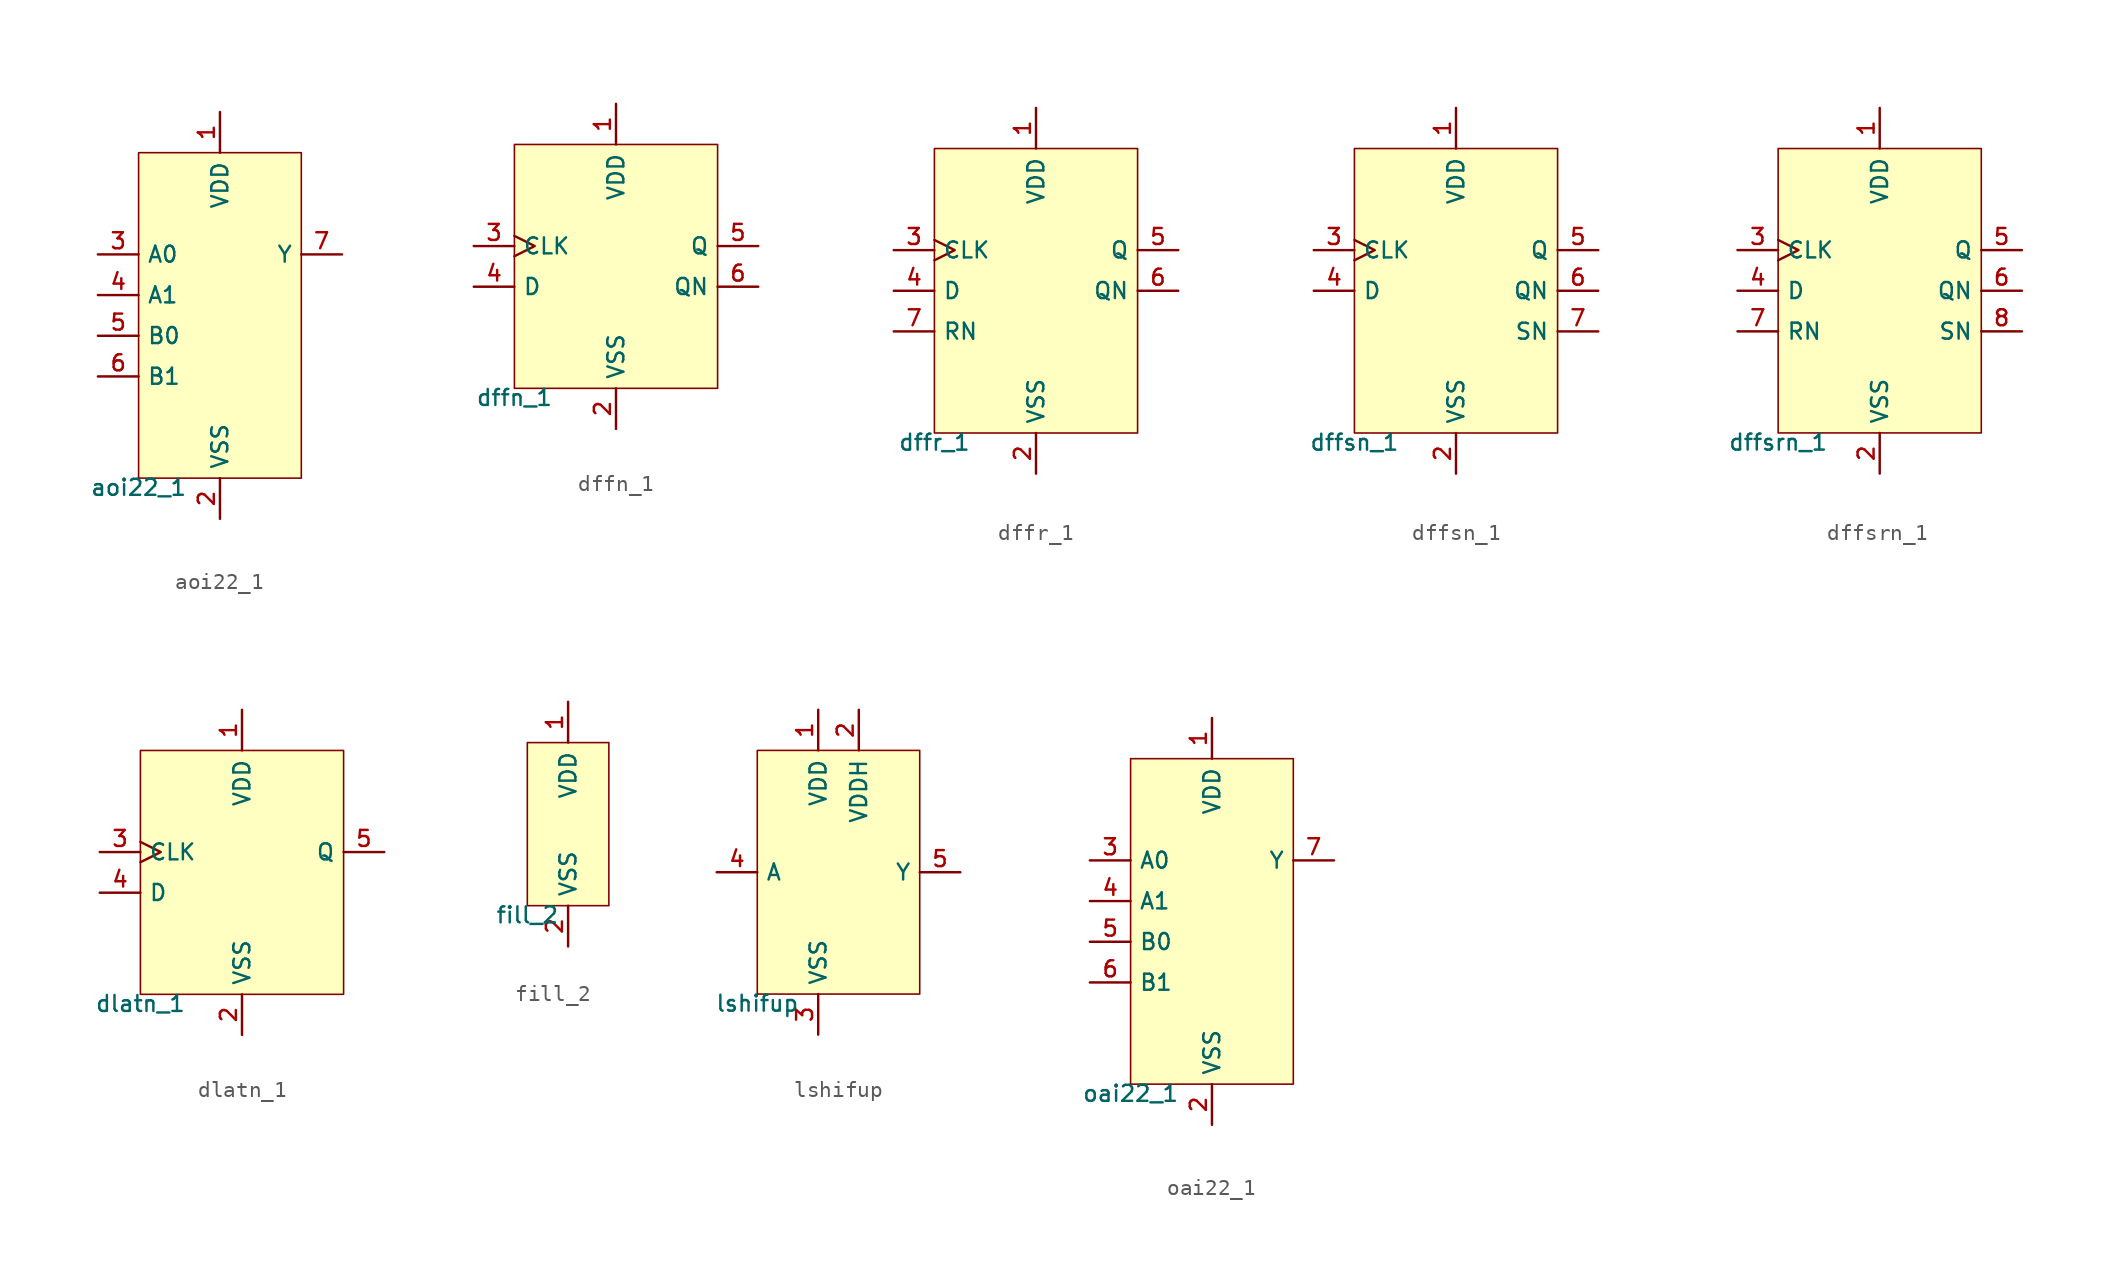
<source format=kicad_sym>
(kicad_symbol_lib
  (version 20211014)
  (generator pdk2kicad)
  (symbol "aoi22_1"
    (property "Reference" "X"
      (at 0 0 0)
      (effects (font (size 1 1)) hide))
    (property "Value" "aoi22_1"
      (at -5.08 -10.16 0)
      (effects (font (size 1 1)) (justify top)))
    (rectangle
      (start -5.08 -10.16)
      (end 5.08 10.16)
      (stroke (width 0.1) (type solid) (color 0 0 0 0))
      (fill (type background)))
    (pin power_in line
      (at 0.0 12.7 270)
      (length 2.54)
      (name "VDD" (effects (font (size 1 1)) hide))
      (number "1" (effects (font (size 1 1)) hide)))
    (pin power_in line
      (at 0.0 -12.7 90)
      (length 2.54)
      (name "VSS" (effects (font (size 1 1)) hide))
      (number "2" (effects (font (size 1 1)) hide)))
    (pin input line
      (at -7.62 3.81 0)
      (length 2.54)
      (name "A0" (effects (font (size 1 1)) hide))
      (number "3" (effects (font (size 1 1)) hide)))
    (pin input line
      (at -7.62 1.27 0)
      (length 2.54)
      (name "A1" (effects (font (size 1 1)) hide))
      (number "4" (effects (font (size 1 1)) hide)))
    (pin input line
      (at -7.62 -1.27 0)
      (length 2.54)
      (name "B0" (effects (font (size 1 1)) hide))
      (number "5" (effects (font (size 1 1)) hide)))
    (pin input line
      (at -7.62 -3.81 0)
      (length 2.54)
      (name "B1" (effects (font (size 1 1)) hide))
      (number "6" (effects (font (size 1 1)) hide)))
    (pin output line
      (at 7.62 3.81 180)
      (length 2.54)
      (name "Y" (effects (font (size 1 1)) hide))
      (number "7" (effects (font (size 1 1)) hide))))
  (symbol "dffn_1"
    (property "Reference" "X"
      (at 0 0 0)
      (effects (font (size 1 1)) hide))
    (property "Value" "dffn_1"
      (at -6.35 -7.62 0)
      (effects (font (size 1 1)) (justify top)))
    (rectangle
      (start -6.35 -7.62)
      (end 6.35 7.62)
      (stroke (width 0.1) (type solid) (color 0 0 0 0))
      (fill (type background)))
    (pin power_in line
      (at 4.440892098500626e-16 10.16 270)
      (length 2.54)
      (name "VDD" (effects (font (size 1 1)) hide))
      (number "1" (effects (font (size 1 1)) hide)))
    (pin power_in line
      (at 4.440892098500626e-16 -10.16 90)
      (length 2.54)
      (name "VSS" (effects (font (size 1 1)) hide))
      (number "2" (effects (font (size 1 1)) hide)))
    (pin input clock
      (at -8.89 1.27 0)
      (length 2.54)
      (name "CLK" (effects (font (size 1 1)) hide))
      (number "3" (effects (font (size 1 1)) hide)))
    (pin input line
      (at -8.89 -1.27 0)
      (length 2.54)
      (name "D" (effects (font (size 1 1)) hide))
      (number "4" (effects (font (size 1 1)) hide)))
    (pin output line
      (at 8.89 1.27 180)
      (length 2.54)
      (name "Q" (effects (font (size 1 1)) hide))
      (number "5" (effects (font (size 1 1)) hide)))
    (pin output line
      (at 8.89 -1.27 180)
      (length 2.54)
      (name "QN" (effects (font (size 1 1)) hide))
      (number "6" (effects (font (size 1 1)) hide))))
  (symbol "dffr_1"
    (property "Reference" "X"
      (at 0 0 0)
      (effects (font (size 1 1)) hide))
    (property "Value" "dffr_1"
      (at -6.35 -8.89 0)
      (effects (font (size 1 1)) (justify top)))
    (rectangle
      (start -6.35 -8.89)
      (end 6.35 8.89)
      (stroke (width 0.1) (type solid) (color 0 0 0 0))
      (fill (type background)))
    (pin power_in line
      (at 4.440892098500626e-16 11.43 270)
      (length 2.54)
      (name "VDD" (effects (font (size 1 1)) hide))
      (number "1" (effects (font (size 1 1)) hide)))
    (pin power_in line
      (at 4.440892098500626e-16 -11.43 90)
      (length 2.54)
      (name "VSS" (effects (font (size 1 1)) hide))
      (number "2" (effects (font (size 1 1)) hide)))
    (pin input clock
      (at -8.89 2.54 0)
      (length 2.54)
      (name "CLK" (effects (font (size 1 1)) hide))
      (number "3" (effects (font (size 1 1)) hide)))
    (pin input line
      (at -8.89 4.440892098500626e-16 0)
      (length 2.54)
      (name "D" (effects (font (size 1 1)) hide))
      (number "4" (effects (font (size 1 1)) hide)))
    (pin output line
      (at 8.89 2.54 180)
      (length 2.54)
      (name "Q" (effects (font (size 1 1)) hide))
      (number "5" (effects (font (size 1 1)) hide)))
    (pin output line
      (at 8.89 4.440892098500626e-16 180)
      (length 2.54)
      (name "QN" (effects (font (size 1 1)) hide))
      (number "6" (effects (font (size 1 1)) hide)))
    (pin input line
      (at -8.89 -2.54 0)
      (length 2.54)
      (name "RN" (effects (font (size 1 1)) hide))
      (number "7" (effects (font (size 1 1)) hide))))
  (symbol "dffsn_1"
    (property "Reference" "X"
      (at 0 0 0)
      (effects (font (size 1 1)) hide))
    (property "Value" "dffsn_1"
      (at -6.35 -8.89 0)
      (effects (font (size 1 1)) (justify top)))
    (rectangle
      (start -6.35 -8.89)
      (end 6.35 8.89)
      (stroke (width 0.1) (type solid) (color 0 0 0 0))
      (fill (type background)))
    (pin power_in line
      (at 4.440892098500626e-16 11.43 270)
      (length 2.54)
      (name "VDD" (effects (font (size 1 1)) hide))
      (number "1" (effects (font (size 1 1)) hide)))
    (pin power_in line
      (at 4.440892098500626e-16 -11.43 90)
      (length 2.54)
      (name "VSS" (effects (font (size 1 1)) hide))
      (number "2" (effects (font (size 1 1)) hide)))
    (pin input clock
      (at -8.89 2.54 0)
      (length 2.54)
      (name "CLK" (effects (font (size 1 1)) hide))
      (number "3" (effects (font (size 1 1)) hide)))
    (pin input line
      (at -8.89 4.440892098500626e-16 0)
      (length 2.54)
      (name "D" (effects (font (size 1 1)) hide))
      (number "4" (effects (font (size 1 1)) hide)))
    (pin output line
      (at 8.89 2.54 180)
      (length 2.54)
      (name "Q" (effects (font (size 1 1)) hide))
      (number "5" (effects (font (size 1 1)) hide)))
    (pin output line
      (at 8.89 4.440892098500626e-16 180)
      (length 2.54)
      (name "QN" (effects (font (size 1 1)) hide))
      (number "6" (effects (font (size 1 1)) hide)))
    (pin output line
      (at 8.89 -2.54 180)
      (length 2.54)
      (name "SN" (effects (font (size 1 1)) hide))
      (number "7" (effects (font (size 1 1)) hide))))
  (symbol "dffsrn_1"
    (property "Reference" "X"
      (at 0 0 0)
      (effects (font (size 1 1)) hide))
    (property "Value" "dffsrn_1"
      (at -6.35 -8.89 0)
      (effects (font (size 1 1)) (justify top)))
    (rectangle
      (start -6.35 -8.89)
      (end 6.35 8.89)
      (stroke (width 0.1) (type solid) (color 0 0 0 0))
      (fill (type background)))
    (pin power_in line
      (at 4.440892098500626e-16 11.43 270)
      (length 2.54)
      (name "VDD" (effects (font (size 1 1)) hide))
      (number "1" (effects (font (size 1 1)) hide)))
    (pin power_in line
      (at 4.440892098500626e-16 -11.43 90)
      (length 2.54)
      (name "VSS" (effects (font (size 1 1)) hide))
      (number "2" (effects (font (size 1 1)) hide)))
    (pin input clock
      (at -8.89 2.54 0)
      (length 2.54)
      (name "CLK" (effects (font (size 1 1)) hide))
      (number "3" (effects (font (size 1 1)) hide)))
    (pin input line
      (at -8.89 4.440892098500626e-16 0)
      (length 2.54)
      (name "D" (effects (font (size 1 1)) hide))
      (number "4" (effects (font (size 1 1)) hide)))
    (pin output line
      (at 8.89 2.54 180)
      (length 2.54)
      (name "Q" (effects (font (size 1 1)) hide))
      (number "5" (effects (font (size 1 1)) hide)))
    (pin output line
      (at 8.89 4.440892098500626e-16 180)
      (length 2.54)
      (name "QN" (effects (font (size 1 1)) hide))
      (number "6" (effects (font (size 1 1)) hide)))
    (pin input line
      (at -8.89 -2.54 0)
      (length 2.54)
      (name "RN" (effects (font (size 1 1)) hide))
      (number "7" (effects (font (size 1 1)) hide)))
    (pin output line
      (at 8.89 -2.54 180)
      (length 2.54)
      (name "SN" (effects (font (size 1 1)) hide))
      (number "8" (effects (font (size 1 1)) hide))))
  (symbol "dlatn_1"
    (property "Reference" "X"
      (at 0 0 0)
      (effects (font (size 1 1)) hide))
    (property "Value" "dlatn_1"
      (at -6.35 -7.62 0)
      (effects (font (size 1 1)) (justify top)))
    (rectangle
      (start -6.35 -7.62)
      (end 6.35 7.62)
      (stroke (width 0.1) (type solid) (color 0 0 0 0))
      (fill (type background)))
    (pin power_in line
      (at 4.440892098500626e-16 10.16 270)
      (length 2.54)
      (name "VDD" (effects (font (size 1 1)) hide))
      (number "1" (effects (font (size 1 1)) hide)))
    (pin power_in line
      (at 4.440892098500626e-16 -10.16 90)
      (length 2.54)
      (name "VSS" (effects (font (size 1 1)) hide))
      (number "2" (effects (font (size 1 1)) hide)))
    (pin input clock
      (at -8.89 1.27 0)
      (length 2.54)
      (name "CLK" (effects (font (size 1 1)) hide))
      (number "3" (effects (font (size 1 1)) hide)))
    (pin input line
      (at -8.89 -1.27 0)
      (length 2.54)
      (name "D" (effects (font (size 1 1)) hide))
      (number "4" (effects (font (size 1 1)) hide)))
    (pin output line
      (at 8.89 1.27 180)
      (length 2.54)
      (name "Q" (effects (font (size 1 1)) hide))
      (number "5" (effects (font (size 1 1)) hide))))
  (symbol "fill_2"
    (property "Reference" "X"
      (at 0 0 0)
      (effects (font (size 1 1)) hide))
    (property "Value" "fill_2"
      (at -2.54 -5.08 0)
      (effects (font (size 1 1)) (justify top)))
    (rectangle
      (start -2.54 -5.08)
      (end 2.54 5.08)
      (stroke (width 0.1) (type solid) (color 0 0 0 0))
      (fill (type background)))
    (pin power_in line
      (at 0.0 7.62 270)
      (length 2.54)
      (name "VDD" (effects (font (size 1 1)) hide))
      (number "1" (effects (font (size 1 1)) hide)))
    (pin power_in line
      (at 0.0 -7.62 90)
      (length 2.54)
      (name "VSS" (effects (font (size 1 1)) hide))
      (number "2" (effects (font (size 1 1)) hide))))
  (symbol "lshifup"
    (property "Reference" "X"
      (at 0 0 0)
      (effects (font (size 1 1)) hide))
    (property "Value" "lshifup"
      (at -5.08 -7.62 0)
      (effects (font (size 1 1)) (justify top)))
    (rectangle
      (start -5.08 -7.62)
      (end 5.08 7.62)
      (stroke (width 0.1) (type solid) (color 0 0 0 0))
      (fill (type background)))
    (pin power_in line
      (at -1.27 10.16 270)
      (length 2.54)
      (name "VDD" (effects (font (size 1 1)) hide))
      (number "1" (effects (font (size 1 1)) hide)))
    (pin power_in line
      (at 1.27 10.16 270)
      (length 2.54)
      (name "VDDH" (effects (font (size 1 1)) hide))
      (number "2" (effects (font (size 1 1)) hide)))
    (pin power_in line
      (at -1.27 -10.16 90)
      (length 2.54)
      (name "VSS" (effects (font (size 1 1)) hide))
      (number "3" (effects (font (size 1 1)) hide)))
    (pin input line
      (at -7.62 0.0 0)
      (length 2.54)
      (name "A" (effects (font (size 1 1)) hide))
      (number "4" (effects (font (size 1 1)) hide)))
    (pin output line
      (at 7.62 0.0 180)
      (length 2.54)
      (name "Y" (effects (font (size 1 1)) hide))
      (number "5" (effects (font (size 1 1)) hide))))
  (symbol "oai22_1"
    (property "Reference" "X"
      (at 0 0 0)
      (effects (font (size 1 1)) hide))
    (property "Value" "oai22_1"
      (at -5.08 -10.16 0)
      (effects (font (size 1 1)) (justify top)))
    (rectangle
      (start -5.08 -10.16)
      (end 5.08 10.16)
      (stroke (width 0.1) (type solid) (color 0 0 0 0))
      (fill (type background)))
    (pin power_in line
      (at 0.0 12.7 270)
      (length 2.54)
      (name "VDD" (effects (font (size 1 1)) hide))
      (number "1" (effects (font (size 1 1)) hide)))
    (pin power_in line
      (at 0.0 -12.7 90)
      (length 2.54)
      (name "VSS" (effects (font (size 1 1)) hide))
      (number "2" (effects (font (size 1 1)) hide)))
    (pin input line
      (at -7.62 3.81 0)
      (length 2.54)
      (name "A0" (effects (font (size 1 1)) hide))
      (number "3" (effects (font (size 1 1)) hide)))
    (pin input line
      (at -7.62 1.27 0)
      (length 2.54)
      (name "A1" (effects (font (size 1 1)) hide))
      (number "4" (effects (font (size 1 1)) hide)))
    (pin input line
      (at -7.62 -1.27 0)
      (length 2.54)
      (name "B0" (effects (font (size 1 1)) hide))
      (number "5" (effects (font (size 1 1)) hide)))
    (pin input line
      (at -7.62 -3.81 0)
      (length 2.54)
      (name "B1" (effects (font (size 1 1)) hide))
      (number "6" (effects (font (size 1 1)) hide)))
    (pin output line
      (at 7.62 3.81 180)
      (length 2.54)
      (name "Y" (effects (font (size 1 1)) hide))
      (number "7" (effects (font (size 1 1)) hide)))))
</source>
